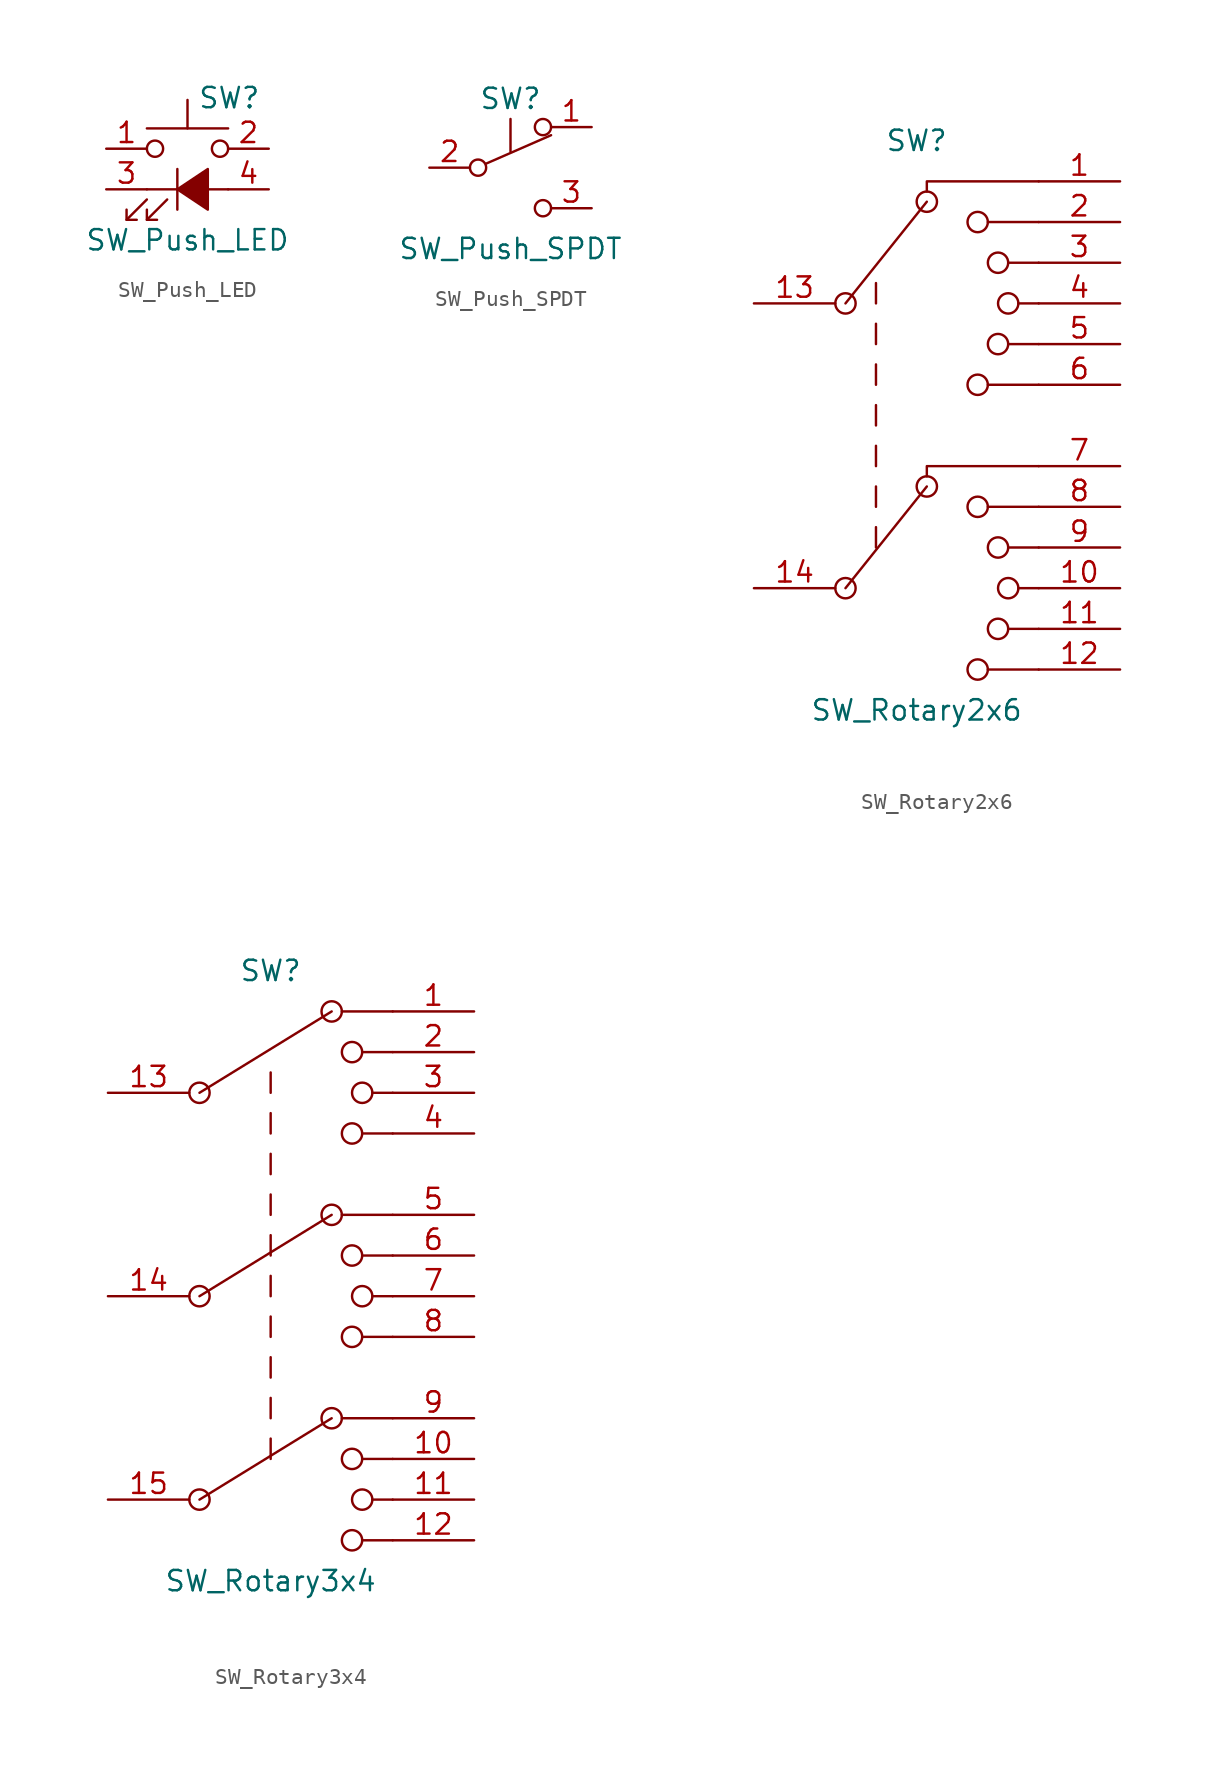
<source format=kicad_sym>
(kicad_symbol_lib
  (version 20220914)
  (generator kicad_symbol_editor)
  (symbol "SW_Push_LED"
    (pin_names
      (offset 1.016) hide)
    (property "Reference" "SW"
      (at 0.635 5.715 0)
      (effects (font (size 1.27 1.27)) (justify left)))
    (property "Value" "SW_Push_LED"
      (at 0 -3.175 0)
      (effects (font (size 1.27 1.27))))
    (symbol "SW_Push_LED_0_0"
      (polyline (pts (xy -3.81 -1.905) (xy -2.54 -0.635)) (stroke (width 0) (type default)) (fill (type none)))
      (polyline (pts (xy -2.54 -1.905) (xy -1.27 -0.635)) (stroke (width 0) (type default)) (fill (type none)))
      (polyline (pts (xy -2.54 0) (xy 2.54 0)) (stroke (width 0) (type default)) (fill (type none)))
      (polyline (pts (xy -0.635 1.27) (xy -0.635 -1.27)) (stroke (width 0) (type default)) (fill (type none)))
      (polyline (pts (xy -3.81 -1.27) (xy -3.81 -1.905) (xy -3.175 -1.905)) (stroke (width 0) (type default)) (fill (type none)))
      (polyline (pts (xy -2.54 -1.27) (xy -2.54 -1.905) (xy -1.905 -1.905)) (stroke (width 0) (type default)) (fill (type none)))
      (polyline (pts (xy -0.635 0) (xy 1.27 1.27) (xy 1.27 -1.27) (xy -0.635 0)) (stroke (width 0) (type default)) (fill (type outline))))
    (symbol "SW_Push_LED_0_1"
      (circle (center -2.032 2.54) (radius 0.508) (stroke (width 0) (type default)) (fill (type none)))
      (polyline (pts (xy 0 3.81) (xy 0 5.588)) (stroke (width 0) (type default)) (fill (type none)))
      (polyline (pts (xy 2.54 3.81) (xy -2.54 3.81)) (stroke (width 0) (type default)) (fill (type none)))
      (circle (center 2.032 2.54) (radius 0.508) (stroke (width 0) (type default)) (fill (type none)))
      (pin passive line (at -5.08 2.54 0) (length 2.54) (name "1" (effects (font (size 1.27 1.27)))) (number "1" (effects (font (size 1.27 1.27)))))
      (pin passive line (at 5.08 2.54 180) (length 2.54) (name "2" (effects (font (size 1.27 1.27)))) (number "2" (effects (font (size 1.27 1.27)))))
      (pin passive line (at -5.08 0 0) (length 2.54) (name "K" (effects (font (size 1.27 1.27)))) (number "3" (effects (font (size 1.27 1.27)))))
      (pin passive line (at 5.08 0 180) (length 2.54) (name "A" (effects (font (size 1.27 1.27)))) (number "4" (effects (font (size 1.27 1.27)))))))
  (symbol "SW_Push_SPDT"
    (pin_names
      (offset 0) hide)
    (property "Reference" "SW"
      (at 0 4.318 0)
      (effects (font (size 1.27 1.27))))
    (property "Value" "SW_Push_SPDT"
      (at 0 -5.08 0)
      (effects (font (size 1.27 1.27))))
    (symbol "SW_Push_SPDT_0_0"
      (circle (center -2.032 0) (radius 0.508) (stroke (width 0) (type default)) (fill (type none)))
      (polyline (pts (xy 0 1.016) (xy 0 3.048)) (stroke (width 0) (type default)) (fill (type none)))
      (circle (center 2.032 -2.54) (radius 0.508) (stroke (width 0) (type default)) (fill (type none))))
    (symbol "SW_Push_SPDT_0_1"
      (polyline (pts (xy -1.524 0.254) (xy 2.54 2.032)) (stroke (width 0) (type default)) (fill (type none)))
      (circle (center 2.032 2.54) (radius 0.508) (stroke (width 0) (type default)) (fill (type none))))
    (symbol "SW_Push_SPDT_1_1"
      (pin passive line (at 5.08 2.54 180) (length 2.54) (name "A" (effects (font (size 1.27 1.27)))) (number "1" (effects (font (size 1.27 1.27)))))
      (pin passive line (at -5.08 0 0) (length 2.54) (name "B" (effects (font (size 1.27 1.27)))) (number "2" (effects (font (size 1.27 1.27)))))
      (pin passive line (at 5.08 -2.54 180) (length 2.54) (name "C" (effects (font (size 1.27 1.27)))) (number "3" (effects (font (size 1.27 1.27)))))))
  (symbol "SW_Rotary2x6"
    (pin_names
      (offset 1.016) hide)
    (property "Reference" "SW"
      (at 0 17.78 0)
      (effects (font (size 1.27 1.27))))
    (property "Value" "SW_Rotary2x6"
      (at 0 -17.78 0)
      (effects (font (size 1.27 1.27))))
    (symbol "SW_Rotary2x6_0_0"
      (circle (center -4.445 -10.16) (radius 0.635) (stroke (width 0) (type default)) (fill (type none)))
      (circle (center -4.445 7.62) (radius 0.635) (stroke (width 0) (type default)) (fill (type none)))
      (polyline (pts (xy -4.445 -10.16) (xy 0.635 -3.81)) (stroke (width 0) (type default)) (fill (type none)))
      (polyline (pts (xy -4.445 7.62) (xy 0.635 13.97)) (stroke (width 0) (type default)) (fill (type none)))
      (polyline (pts (xy -2.54 -7.62) (xy -2.54 -6.35)) (stroke (width 0) (type default)) (fill (type none)))
      (polyline (pts (xy -2.54 -5.08) (xy -2.54 -3.81)) (stroke (width 0) (type default)) (fill (type none)))
      (polyline (pts (xy -2.54 -2.54) (xy -2.54 -1.27)) (stroke (width 0) (type default)) (fill (type none)))
      (polyline (pts (xy -2.54 0) (xy -2.54 1.27)) (stroke (width 0) (type default)) (fill (type none)))
      (polyline (pts (xy -2.54 2.54) (xy -2.54 3.81)) (stroke (width 0) (type default)) (fill (type none)))
      (polyline (pts (xy -2.54 5.08) (xy -2.54 6.35)) (stroke (width 0) (type default)) (fill (type none)))
      (polyline (pts (xy -2.54 7.62) (xy -2.54 8.89)) (stroke (width 0) (type default)) (fill (type none)))
      (polyline (pts (xy 4.445 -5.08) (xy 7.62 -5.08)) (stroke (width 0) (type default)) (fill (type none)))
      (polyline (pts (xy 4.445 12.7) (xy 7.62 12.7)) (stroke (width 0) (type default)) (fill (type none)))
      (polyline (pts (xy 5.715 -12.7) (xy 7.62 -12.7)) (stroke (width 0) (type default)) (fill (type none)))
      (polyline (pts (xy 5.715 -7.62) (xy 7.62 -7.62)) (stroke (width 0) (type default)) (fill (type none)))
      (polyline (pts (xy 5.715 5.08) (xy 7.62 5.08)) (stroke (width 0) (type default)) (fill (type none)))
      (polyline (pts (xy 5.715 10.16) (xy 7.62 10.16)) (stroke (width 0) (type default)) (fill (type none)))
      (polyline (pts (xy 6.35 -10.16) (xy 7.62 -10.16)) (stroke (width 0) (type default)) (fill (type none)))
      (polyline (pts (xy 6.35 7.62) (xy 7.62 7.62)) (stroke (width 0) (type default)) (fill (type none)))
      (polyline (pts (xy 7.62 -15.24) (xy 4.445 -15.24)) (stroke (width 0) (type default)) (fill (type none)))
      (polyline (pts (xy 7.62 2.54) (xy 4.445 2.54)) (stroke (width 0) (type default)) (fill (type none)))
      (polyline (pts (xy 0.635 -3.175) (xy 0.635 -2.54) (xy 7.62 -2.54)) (stroke (width 0) (type default)) (fill (type none)))
      (polyline (pts (xy 0.635 14.605) (xy 0.635 15.24) (xy 7.62 15.24)) (stroke (width 0) (type default)) (fill (type none)))
      (circle (center 0.635 -3.81) (radius 0.635) (stroke (width 0) (type default)) (fill (type none)))
      (circle (center 0.635 13.97) (radius 0.635) (stroke (width 0) (type default)) (fill (type none)))
      (circle (center 3.81 -15.24) (radius 0.635) (stroke (width 0) (type default)) (fill (type none)))
      (circle (center 3.81 -5.08) (radius 0.635) (stroke (width 0) (type default)) (fill (type none)))
      (circle (center 3.81 2.54) (radius 0.635) (stroke (width 0) (type default)) (fill (type none)))
      (circle (center 3.81 12.7) (radius 0.635) (stroke (width 0) (type default)) (fill (type none)))
      (circle (center 5.08 -12.7) (radius 0.635) (stroke (width 0) (type default)) (fill (type none)))
      (circle (center 5.08 -7.62) (radius 0.635) (stroke (width 0) (type default)) (fill (type none)))
      (circle (center 5.08 5.08) (radius 0.635) (stroke (width 0) (type default)) (fill (type none)))
      (circle (center 5.08 10.16) (radius 0.635) (stroke (width 0) (type default)) (fill (type none)))
      (circle (center 5.715 -10.16) (radius 0.635) (stroke (width 0) (type default)) (fill (type none)))
      (circle (center 5.715 7.62) (radius 0.635) (stroke (width 0) (type default)) (fill (type none))))
    (symbol "SW_Rotary2x6_0_1"
      (pin passive line (at 12.7 15.24 180) (length 5.08) (name "1" (effects (font (size 1.27 1.27)))) (number "1" (effects (font (size 1.27 1.27)))))
      (pin passive line (at 12.7 -10.16 180) (length 5.08) (name "10" (effects (font (size 1.27 1.27)))) (number "10" (effects (font (size 1.27 1.27)))))
      (pin passive line (at 12.7 -12.7 180) (length 5.08) (name "11" (effects (font (size 1.27 1.27)))) (number "11" (effects (font (size 1.27 1.27)))))
      (pin passive line (at 12.7 -15.24 180) (length 5.08) (name "12" (effects (font (size 1.27 1.27)))) (number "12" (effects (font (size 1.27 1.27)))))
      (pin passive line (at -10.16 7.62 0) (length 5.08) (name "13" (effects (font (size 1.27 1.27)))) (number "13" (effects (font (size 1.27 1.27)))))
      (pin passive line (at -10.16 -10.16 0) (length 5.08) (name "14" (effects (font (size 1.27 1.27)))) (number "14" (effects (font (size 1.27 1.27)))))
      (pin passive line (at 12.7 12.7 180) (length 5.08) (name "2" (effects (font (size 1.27 1.27)))) (number "2" (effects (font (size 1.27 1.27)))))
      (pin passive line (at 12.7 10.16 180) (length 5.08) (name "3" (effects (font (size 1.27 1.27)))) (number "3" (effects (font (size 1.27 1.27)))))
      (pin passive line (at 12.7 7.62 180) (length 5.08) (name "4" (effects (font (size 1.27 1.27)))) (number "4" (effects (font (size 1.27 1.27)))))
      (pin passive line (at 12.7 5.08 180) (length 5.08) (name "5" (effects (font (size 1.27 1.27)))) (number "5" (effects (font (size 1.27 1.27)))))
      (pin passive line (at 12.7 2.54 180) (length 5.08) (name "6" (effects (font (size 1.27 1.27)))) (number "6" (effects (font (size 1.27 1.27)))))
      (pin passive line (at 12.7 -2.54 180) (length 5.08) (name "7" (effects (font (size 1.27 1.27)))) (number "7" (effects (font (size 1.27 1.27)))))
      (pin passive line (at 12.7 -5.08 180) (length 5.08) (name "8" (effects (font (size 1.27 1.27)))) (number "8" (effects (font (size 1.27 1.27)))))
      (pin passive line (at 12.7 -7.62 180) (length 5.08) (name "9" (effects (font (size 1.27 1.27)))) (number "9" (effects (font (size 1.27 1.27)))))))
  (symbol "SW_Rotary3x4"
    (pin_names
      (offset 1.016) hide)
    (property "Reference" "SW"
      (at 0 20.32 0)
      (effects (font (size 1.27 1.27))))
    (property "Value" "SW_Rotary3x4"
      (at 0 -17.78 0)
      (effects (font (size 1.27 1.27))))
    (symbol "SW_Rotary3x4_0_0"
      (circle (center -4.445 -12.7) (radius 0.635) (stroke (width 0) (type default)) (fill (type none)))
      (circle (center -4.445 0) (radius 0.635) (stroke (width 0) (type default)) (fill (type none)))
      (circle (center -4.445 12.7) (radius 0.635) (stroke (width 0) (type default)) (fill (type none)))
      (polyline (pts (xy -4.445 -12.7) (xy 3.81 -7.62)) (stroke (width 0) (type default)) (fill (type none)))
      (polyline (pts (xy -4.445 0) (xy 3.81 5.08)) (stroke (width 0) (type default)) (fill (type none)))
      (polyline (pts (xy -4.445 12.7) (xy 3.81 17.78)) (stroke (width 0) (type default)) (fill (type none)))
      (polyline (pts (xy 0 -10.16) (xy 0 -8.89)) (stroke (width 0) (type default)) (fill (type none)))
      (polyline (pts (xy 0 -7.62) (xy 0 -6.35)) (stroke (width 0) (type default)) (fill (type none)))
      (polyline (pts (xy 0 -5.08) (xy 0 -3.81)) (stroke (width 0) (type default)) (fill (type none)))
      (polyline (pts (xy 0 -2.54) (xy 0 -1.27)) (stroke (width 0) (type default)) (fill (type none)))
      (polyline (pts (xy 0 0) (xy 0 1.27)) (stroke (width 0) (type default)) (fill (type none)))
      (polyline (pts (xy 0 2.54) (xy 0 3.81)) (stroke (width 0) (type default)) (fill (type none)))
      (polyline (pts (xy 0 5.08) (xy 0 6.35)) (stroke (width 0) (type default)) (fill (type none)))
      (polyline (pts (xy 0 7.62) (xy 0 8.89)) (stroke (width 0) (type default)) (fill (type none)))
      (polyline (pts (xy 0 10.16) (xy 0 11.43)) (stroke (width 0) (type default)) (fill (type none)))
      (polyline (pts (xy 0 12.7) (xy 0 13.97)) (stroke (width 0) (type default)) (fill (type none)))
      (polyline (pts (xy 4.445 -7.62) (xy 7.62 -7.62)) (stroke (width 0) (type default)) (fill (type none)))
      (polyline (pts (xy 4.445 5.08) (xy 7.62 5.08)) (stroke (width 0) (type default)) (fill (type none)))
      (polyline (pts (xy 4.445 17.78) (xy 7.62 17.78)) (stroke (width 0) (type default)) (fill (type none)))
      (polyline (pts (xy 5.715 -15.24) (xy 7.62 -15.24)) (stroke (width 0) (type default)) (fill (type none)))
      (polyline (pts (xy 5.715 -10.16) (xy 7.62 -10.16)) (stroke (width 0) (type default)) (fill (type none)))
      (polyline (pts (xy 5.715 -2.54) (xy 7.62 -2.54)) (stroke (width 0) (type default)) (fill (type none)))
      (polyline (pts (xy 5.715 2.54) (xy 7.62 2.54)) (stroke (width 0) (type default)) (fill (type none)))
      (polyline (pts (xy 5.715 10.16) (xy 7.62 10.16)) (stroke (width 0) (type default)) (fill (type none)))
      (polyline (pts (xy 5.715 15.24) (xy 7.62 15.24)) (stroke (width 0) (type default)) (fill (type none)))
      (polyline (pts (xy 6.35 -12.7) (xy 7.62 -12.7)) (stroke (width 0) (type default)) (fill (type none)))
      (polyline (pts (xy 6.35 0) (xy 7.62 0)) (stroke (width 0) (type default)) (fill (type none)))
      (polyline (pts (xy 6.35 12.7) (xy 7.62 12.7)) (stroke (width 0) (type default)) (fill (type none)))
      (circle (center 3.81 -7.62) (radius 0.635) (stroke (width 0) (type default)) (fill (type none)))
      (circle (center 3.81 5.08) (radius 0.635) (stroke (width 0) (type default)) (fill (type none)))
      (circle (center 3.81 17.78) (radius 0.635) (stroke (width 0) (type default)) (fill (type none)))
      (circle (center 5.08 -15.24) (radius 0.635) (stroke (width 0) (type default)) (fill (type none)))
      (circle (center 5.08 -10.16) (radius 0.635) (stroke (width 0) (type default)) (fill (type none)))
      (circle (center 5.08 -2.54) (radius 0.635) (stroke (width 0) (type default)) (fill (type none)))
      (circle (center 5.08 2.54) (radius 0.635) (stroke (width 0) (type default)) (fill (type none)))
      (circle (center 5.08 10.16) (radius 0.635) (stroke (width 0) (type default)) (fill (type none)))
      (circle (center 5.08 15.24) (radius 0.635) (stroke (width 0) (type default)) (fill (type none)))
      (circle (center 5.715 -12.7) (radius 0.635) (stroke (width 0) (type default)) (fill (type none)))
      (circle (center 5.715 0) (radius 0.635) (stroke (width 0) (type default)) (fill (type none)))
      (circle (center 5.715 12.7) (radius 0.635) (stroke (width 0) (type default)) (fill (type none))))
    (symbol "SW_Rotary3x4_0_1"
      (pin passive line (at 12.7 17.78 180) (length 5.08) (name "1" (effects (font (size 1.27 1.27)))) (number "1" (effects (font (size 1.27 1.27)))))
      (pin passive line (at 12.7 -10.16 180) (length 5.08) (name "10" (effects (font (size 1.27 1.27)))) (number "10" (effects (font (size 1.27 1.27)))))
      (pin passive line (at 12.7 -12.7 180) (length 5.08) (name "11" (effects (font (size 1.27 1.27)))) (number "11" (effects (font (size 1.27 1.27)))))
      (pin passive line (at 12.7 -15.24 180) (length 5.08) (name "12" (effects (font (size 1.27 1.27)))) (number "12" (effects (font (size 1.27 1.27)))))
      (pin passive line (at -10.16 12.7 0) (length 5.08) (name "13" (effects (font (size 1.27 1.27)))) (number "13" (effects (font (size 1.27 1.27)))))
      (pin passive line (at -10.16 0 0) (length 5.08) (name "14" (effects (font (size 1.27 1.27)))) (number "14" (effects (font (size 1.27 1.27)))))
      (pin passive line (at -10.16 -12.7 0) (length 5.08) (name "15" (effects (font (size 1.27 1.27)))) (number "15" (effects (font (size 1.27 1.27)))))
      (pin passive line (at 12.7 15.24 180) (length 5.08) (name "2" (effects (font (size 1.27 1.27)))) (number "2" (effects (font (size 1.27 1.27)))))
      (pin passive line (at 12.7 12.7 180) (length 5.08) (name "3" (effects (font (size 1.27 1.27)))) (number "3" (effects (font (size 1.27 1.27)))))
      (pin passive line (at 12.7 10.16 180) (length 5.08) (name "4" (effects (font (size 1.27 1.27)))) (number "4" (effects (font (size 1.27 1.27)))))
      (pin passive line (at 12.7 5.08 180) (length 5.08) (name "5" (effects (font (size 1.27 1.27)))) (number "5" (effects (font (size 1.27 1.27)))))
      (pin passive line (at 12.7 2.54 180) (length 5.08) (name "6" (effects (font (size 1.27 1.27)))) (number "6" (effects (font (size 1.27 1.27)))))
      (pin passive line (at 12.7 0 180) (length 5.08) (name "7" (effects (font (size 1.27 1.27)))) (number "7" (effects (font (size 1.27 1.27)))))
      (pin passive line (at 12.7 -2.54 180) (length 5.08) (name "8" (effects (font (size 1.27 1.27)))) (number "8" (effects (font (size 1.27 1.27)))))
      (pin passive line (at 12.7 -7.62 180) (length 5.08) (name "9" (effects (font (size 1.27 1.27)))) (number "9" (effects (font (size 1.27 1.27))))))))
</source>
